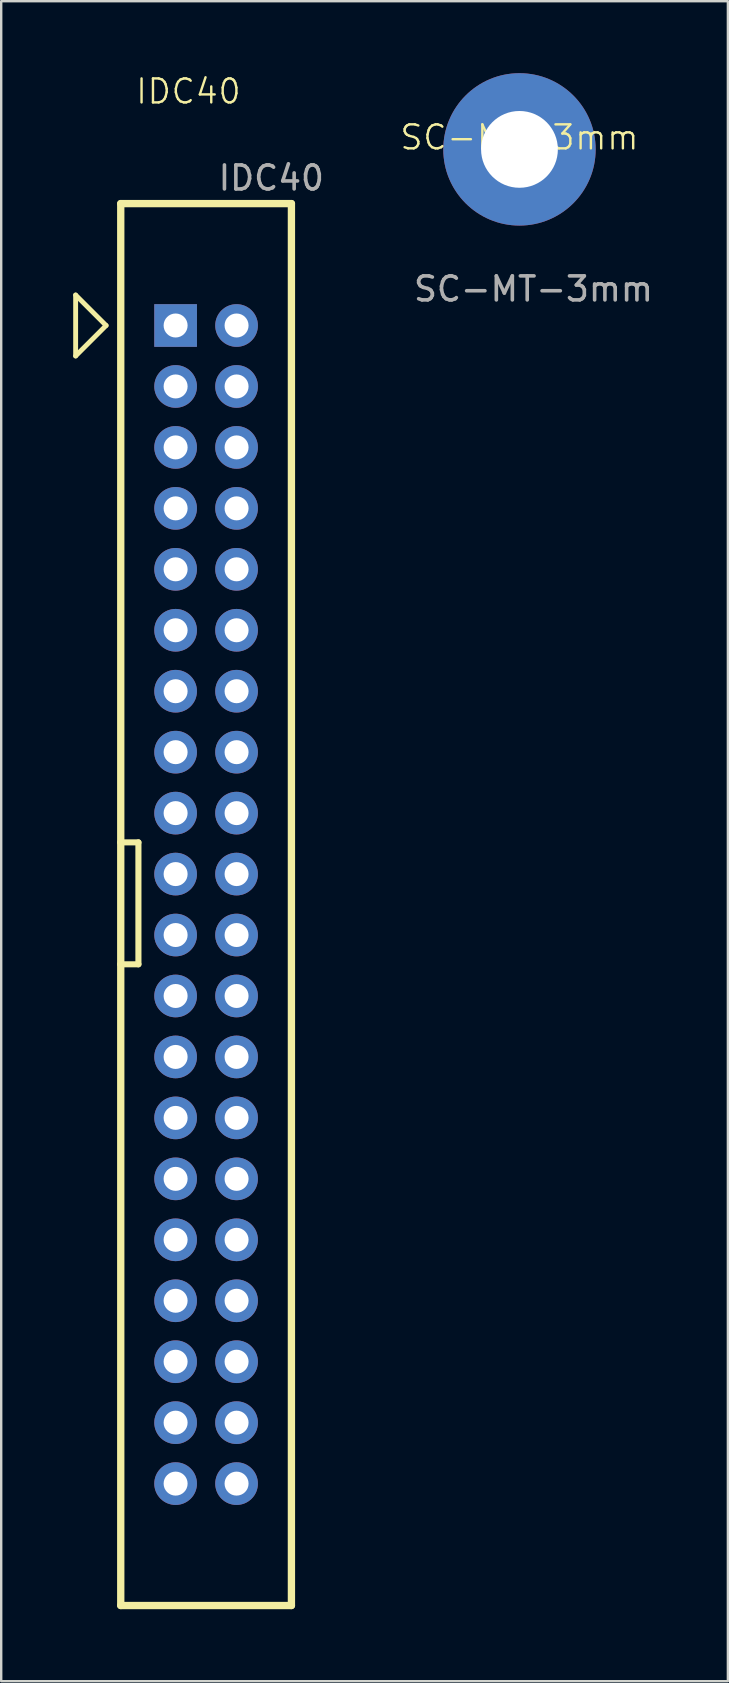
<source format=kicad_pcb>
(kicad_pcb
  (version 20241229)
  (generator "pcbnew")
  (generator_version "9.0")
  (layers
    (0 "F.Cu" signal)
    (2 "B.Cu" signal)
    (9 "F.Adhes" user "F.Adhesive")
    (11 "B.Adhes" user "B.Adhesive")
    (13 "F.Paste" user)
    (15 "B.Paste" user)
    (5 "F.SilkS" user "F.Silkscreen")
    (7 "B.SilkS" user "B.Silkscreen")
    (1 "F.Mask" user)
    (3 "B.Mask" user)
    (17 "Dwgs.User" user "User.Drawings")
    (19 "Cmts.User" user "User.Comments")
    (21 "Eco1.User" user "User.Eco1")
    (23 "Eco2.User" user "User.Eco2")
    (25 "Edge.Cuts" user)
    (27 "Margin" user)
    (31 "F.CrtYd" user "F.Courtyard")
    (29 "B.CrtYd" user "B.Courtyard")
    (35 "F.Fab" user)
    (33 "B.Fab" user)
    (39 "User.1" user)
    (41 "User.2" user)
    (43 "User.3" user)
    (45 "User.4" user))
  (footprint "SC-MT-3mm"
    (layer "F.Cu")
    (at 18.597 3.175)
    (property "Reference" "SC-MT-3mm" (at 0 -0.5 0) (unlocked yes) (layer "F.SilkS") (effects (font (size 1 1) (thickness 0.1))))
    (attr through_hole)
    (fp_text user "${REFERENCE}" (at 0.584 5.817 0) (unlocked yes) (layer "F.Fab") (effects (font (size 1 1) (thickness 0.15))))
    (pad "0" thru_hole circle (at 0 0) (size 6.35 6.35) (drill 3.2) (layers "*.Cu" "*.Mask")))
  (footprint "IDC40"
    (layer "F.Cu")
    (at 4.293 10.514)
    (property "Reference" "IDC40" (at 0.508 -9.754 0) (unlocked yes) (layer "F.SilkS") (effects (font (size 1 1) (thickness 0.1))))
    (attr smd)
    (fp_line (start -4.191 -1.27) (end -2.921 0) (stroke (width 0.203) (type solid)) (layer "F.SilkS"))
    (fp_line (start -4.191 1.27) (end -4.191 -1.27) (stroke (width 0.203) (type solid)) (layer "F.SilkS"))
    (fp_line (start -4.191 1.27) (end -2.921 0) (stroke (width 0.203) (type solid)) (layer "F.SilkS"))
    (fp_line (start -2.337 21.539) (end -1.575 21.539) (stroke (width 0.254) (type solid)) (layer "F.SilkS"))
    (fp_line (start -2.337 26.619) (end -1.575 26.619) (stroke (width 0.254) (type solid)) (layer "F.SilkS"))
    (fp_line (start -2.311 -5.08) (end 4.801 -5.08) (stroke (width 0.305) (type solid)) (layer "F.SilkS"))
    (fp_line (start -2.311 53.34) (end -2.311 -5.08) (stroke (width 0.305) (type solid)) (layer "F.SilkS"))
    (fp_line (start -2.311 53.34) (end 4.801 53.34) (stroke (width 0.305) (type solid)) (layer "F.SilkS"))
    (fp_line (start -1.575 26.619) (end -1.575 21.539) (stroke (width 0.254) (type solid)) (layer "F.SilkS"))
    (fp_line (start 4.801 53.34) (end 4.801 -5.08) (stroke (width 0.305) (type solid)) (layer "F.SilkS"))
    (fp_text user "${REFERENCE}" (at 3.962 -6.147 0) (unlocked yes) (layer "F.Fab") (effects (font (size 1 1) (thickness 0.15))))
    (pad "1" thru_hole rect (at -0.025 0 180) (size 1.778 1.778) (drill 1) (layers "*.Cu" "*.Mask"))
    (pad "2" thru_hole circle (at 2.515 0 180) (size 1.778 1.778) (drill 1) (layers "*.Cu" "*.Mask"))
    (pad "3" thru_hole circle (at -0.025 2.54 180) (size 1.778 1.778) (drill 1) (layers "*.Cu" "*.Mask"))
    (pad "4" thru_hole circle (at 2.515 2.54 180) (size 1.778 1.778) (drill 1) (layers "*.Cu" "*.Mask"))
    (pad "5" thru_hole circle (at -0.025 5.08 180) (size 1.778 1.778) (drill 1) (layers "*.Cu" "*.Mask"))
    (pad "6" thru_hole circle (at 2.515 5.08 180) (size 1.778 1.778) (drill 1) (layers "*.Cu" "*.Mask"))
    (pad "7" thru_hole circle (at -0.025 7.62 180) (size 1.778 1.778) (drill 1) (layers "*.Cu" "*.Mask"))
    (pad "8" thru_hole circle (at 2.515 7.62 180) (size 1.778 1.778) (drill 1) (layers "*.Cu" "*.Mask"))
    (pad "9" thru_hole circle (at -0.025 10.16 180) (size 1.778 1.778) (drill 1) (layers "*.Cu" "*.Mask"))
    (pad "10" thru_hole circle (at 2.515 10.16 180) (size 1.778 1.778) (drill 1) (layers "*.Cu" "*.Mask"))
    (pad "11" thru_hole circle (at -0.025 12.7 180) (size 1.778 1.778) (drill 1) (layers "*.Cu" "*.Mask"))
    (pad "12" thru_hole circle (at 2.515 12.7 180) (size 1.778 1.778) (drill 1) (layers "*.Cu" "*.Mask"))
    (pad "13" thru_hole circle (at -0.025 15.24 180) (size 1.778 1.778) (drill 1) (layers "*.Cu" "*.Mask"))
    (pad "14" thru_hole circle (at 2.515 15.24 180) (size 1.778 1.778) (drill 1) (layers "*.Cu" "*.Mask"))
    (pad "15" thru_hole circle (at -0.025 17.78 180) (size 1.778 1.778) (drill 1) (layers "*.Cu" "*.Mask"))
    (pad "16" thru_hole circle (at 2.515 17.78 180) (size 1.778 1.778) (drill 1) (layers "*.Cu" "*.Mask"))
    (pad "17" thru_hole circle (at -0.025 20.32 180) (size 1.778 1.778) (drill 1) (layers "*.Cu" "*.Mask"))
    (pad "18" thru_hole circle (at 2.515 20.32 180) (size 1.778 1.778) (drill 1) (layers "*.Cu" "*.Mask"))
    (pad "19" thru_hole circle (at -0.025 22.86 180) (size 1.778 1.778) (drill 1) (layers "*.Cu" "*.Mask"))
    (pad "20" thru_hole circle (at 2.515 22.86 180) (size 1.778 1.778) (drill 1) (layers "*.Cu" "*.Mask"))
    (pad "21" thru_hole circle (at -0.025 25.4 180) (size 1.778 1.778) (drill 1) (layers "*.Cu" "*.Mask"))
    (pad "22" thru_hole circle (at 2.515 25.4 180) (size 1.778 1.778) (drill 1) (layers "*.Cu" "*.Mask"))
    (pad "23" thru_hole circle (at -0.025 27.94 180) (size 1.778 1.778) (drill 1) (layers "*.Cu" "*.Mask"))
    (pad "24" thru_hole circle (at 2.515 27.94 180) (size 1.778 1.778) (drill 1) (layers "*.Cu" "*.Mask"))
    (pad "25" thru_hole circle (at -0.025 30.48 180) (size 1.778 1.778) (drill 1) (layers "*.Cu" "*.Mask"))
    (pad "26" thru_hole circle (at 2.515 30.48 180) (size 1.778 1.778) (drill 1) (layers "*.Cu" "*.Mask"))
    (pad "27" thru_hole circle (at -0.025 33.02 180) (size 1.778 1.778) (drill 1) (layers "*.Cu" "*.Mask"))
    (pad "28" thru_hole circle (at 2.515 33.02 180) (size 1.778 1.778) (drill 1) (layers "*.Cu" "*.Mask"))
    (pad "29" thru_hole circle (at -0.025 35.56 180) (size 1.778 1.778) (drill 1) (layers "*.Cu" "*.Mask"))
    (pad "30" thru_hole circle (at 2.515 35.56 180) (size 1.778 1.778) (drill 1) (layers "*.Cu" "*.Mask"))
    (pad "31" thru_hole circle (at -0.025 38.1 180) (size 1.778 1.778) (drill 1) (layers "*.Cu" "*.Mask"))
    (pad "32" thru_hole circle (at 2.515 38.1 180) (size 1.778 1.778) (drill 1) (layers "*.Cu" "*.Mask"))
    (pad "33" thru_hole circle (at -0.025 40.64 180) (size 1.778 1.778) (drill 1) (layers "*.Cu" "*.Mask"))
    (pad "34" thru_hole circle (at 2.515 40.64 180) (size 1.778 1.778) (drill 1) (layers "*.Cu" "*.Mask"))
    (pad "35" thru_hole circle (at -0.025 43.18 180) (size 1.778 1.778) (drill 1) (layers "*.Cu" "*.Mask"))
    (pad "36" thru_hole circle (at 2.515 43.18 180) (size 1.778 1.778) (drill 1) (layers "*.Cu" "*.Mask"))
    (pad "37" thru_hole circle (at -0.025 45.72 180) (size 1.778 1.778) (drill 1) (layers "*.Cu" "*.Mask"))
    (pad "38" thru_hole circle (at 2.515 45.72 180) (size 1.778 1.778) (drill 1) (layers "*.Cu" "*.Mask"))
    (pad "39" thru_hole circle (at -0.025 48.26 180) (size 1.778 1.778) (drill 1) (layers "*.Cu" "*.Mask"))
    (pad "40" thru_hole circle (at 2.515 48.26 180) (size 1.778 1.778) (drill 1) (layers "*.Cu" "*.Mask")))
  (gr_rect
    (start -3 -3)
    (end 27.282 67.007)
    (stroke (width 0.1) (type default))
    (fill no)
    (layer "Edge.Cuts")))
</source>
